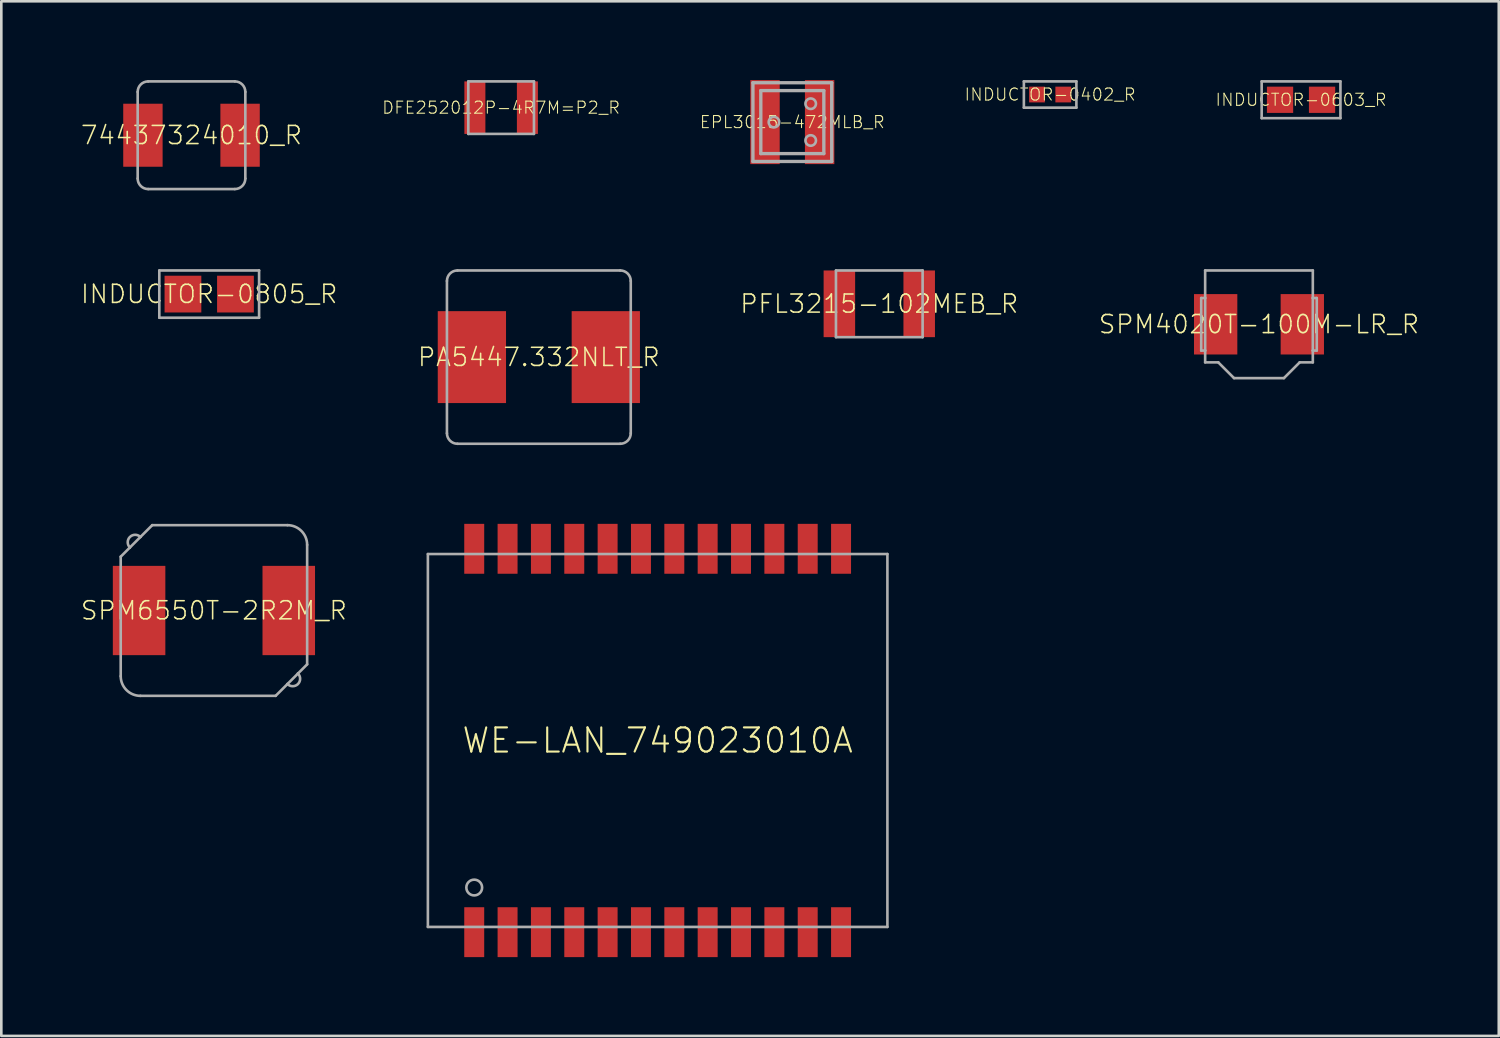
<source format=kicad_pcb>
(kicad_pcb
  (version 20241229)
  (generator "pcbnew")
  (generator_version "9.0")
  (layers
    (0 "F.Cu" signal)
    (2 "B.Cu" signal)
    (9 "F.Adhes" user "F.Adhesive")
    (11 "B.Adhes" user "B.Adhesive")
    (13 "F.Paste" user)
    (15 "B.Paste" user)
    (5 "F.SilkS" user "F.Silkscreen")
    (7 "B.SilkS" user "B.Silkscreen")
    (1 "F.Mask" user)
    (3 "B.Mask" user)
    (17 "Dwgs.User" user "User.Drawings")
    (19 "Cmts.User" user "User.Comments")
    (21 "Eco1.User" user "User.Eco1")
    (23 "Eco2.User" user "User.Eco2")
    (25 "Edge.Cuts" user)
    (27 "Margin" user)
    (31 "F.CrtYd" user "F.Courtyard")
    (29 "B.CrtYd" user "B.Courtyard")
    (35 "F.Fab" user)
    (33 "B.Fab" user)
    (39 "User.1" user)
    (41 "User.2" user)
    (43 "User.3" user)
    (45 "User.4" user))
  (footprint "EPL3015-472MLB_R"
    (layer "F.Cu")
    (at 27.124 1.6)
    (property "Reference" "EPL3015-472MLB_R" (at 0 0 0) (unlocked yes) (layer "F.SilkS") (effects (font (size 0.46 0.46) (thickness 0.04))))
    (fp_line (start -1.5 -1.5) (end -1.5 1.5) (stroke (width 0.127) (type solid)) (layer "F.Fab"))
    (fp_line (start -1.5 1.5) (end 1.5 1.5) (stroke (width 0.127) (type solid)) (layer "F.Fab"))
    (fp_line (start -1.2 -1.2) (end -1.2 1.2) (stroke (width 0.127) (type solid)) (layer "F.Fab"))
    (fp_line (start -1.2 1.2) (end 1.2 1.2) (stroke (width 0.127) (type solid)) (layer "F.Fab"))
    (fp_line (start 1.2 -1.2) (end -1.2 -1.2) (stroke (width 0.127) (type solid)) (layer "F.Fab"))
    (fp_line (start 1.2 1.2) (end 1.2 -1.2) (stroke (width 0.127) (type solid)) (layer "F.Fab"))
    (fp_line (start 1.5 -1.5) (end -1.5 -1.5) (stroke (width 0.127) (type solid)) (layer "F.Fab"))
    (fp_line (start 1.5 1.5) (end 1.5 -1.5) (stroke (width 0.127) (type solid)) (layer "F.Fab"))
    (fp_circle (center -0.7 0) (end -0.5 0) (stroke (width 0.1) (type solid)) (fill no) (layer "F.Fab"))
    (fp_circle (center 0.7 -0.7) (end 0.9 -0.7) (stroke (width 0.1) (type solid)) (fill no) (layer "F.Fab"))
    (fp_circle (center 0.7 0.7) (end 0.9 0.7) (stroke (width 0.1) (type solid)) (fill no) (layer "F.Fab"))
    (pad "1" smd rect (at -1.04 0 90) (size 3.2 1.12) (layers "F.Cu" "F.Mask" "F.Paste"))
    (pad "2" smd rect (at 1.04 0 90) (size 3.2 1.12) (layers "F.Cu" "F.Mask" "F.Paste")))
  (footprint "SPM4020T-100M-LR_R"
    (layer "F.Cu")
    (at 44.896 9.3)
    (property "Reference" "SPM4020T-100M-LR_R" (at 0 0 0) (unlocked yes) (layer "F.SilkS") (effects (font (size 0.69 0.69) (thickness 0.06))))
    (fp_poly (pts (xy -0.825 1.15) (xy -2.475 1.15) (xy -2.475 -1.15) (xy -0.825 -1.15)) (stroke (width 0) (type default)) (fill yes) (layer "F.Paste"))
    (fp_poly (pts (xy 2.475 1.155) (xy 0.825 1.155) (xy 0.825 -1.145) (xy 2.475 -1.145)) (stroke (width 0) (type default)) (fill yes) (layer "F.Paste"))
    (fp_line (start -2.2 -1) (end -2.2 1) (stroke (width 0.1) (type solid)) (layer "F.Fab"))
    (fp_line (start -2.2 1) (end -2.05 1) (stroke (width 0.1) (type solid)) (layer "F.Fab"))
    (fp_line (start -2.05 -2.05) (end -2.05 -1) (stroke (width 0.1) (type solid)) (layer "F.Fab"))
    (fp_line (start -2.05 -1) (end -2.2 -1) (stroke (width 0.1) (type solid)) (layer "F.Fab"))
    (fp_line (start -2.05 -1) (end -2.05 1) (stroke (width 0.1) (type solid)) (layer "F.Fab"))
    (fp_line (start -2.05 1) (end -2.05 1.45) (stroke (width 0.1) (type solid)) (layer "F.Fab"))
    (fp_line (start -2.05 1.45) (end -1.55 1.45) (stroke (width 0.1) (type solid)) (layer "F.Fab"))
    (fp_line (start -1.55 1.45) (end -0.95 2.05) (stroke (width 0.1) (type solid)) (layer "F.Fab"))
    (fp_line (start -0.95 2.05) (end 0.95 2.05) (stroke (width 0.1) (type solid)) (layer "F.Fab"))
    (fp_line (start 1.55 1.45) (end 0.95 2.05) (stroke (width 0.1) (type solid)) (layer "F.Fab"))
    (fp_line (start 1.55 1.45) (end 2.05 1.45) (stroke (width 0.1) (type solid)) (layer "F.Fab"))
    (fp_line (start 2.05 -2.05) (end -2.05 -2.05) (stroke (width 0.1) (type solid)) (layer "F.Fab"))
    (fp_line (start 2.05 -1) (end 2.05 -2.05) (stroke (width 0.1) (type solid)) (layer "F.Fab"))
    (fp_line (start 2.05 -1) (end 2.2 -1) (stroke (width 0.1) (type solid)) (layer "F.Fab"))
    (fp_line (start 2.05 1) (end 2.05 -1) (stroke (width 0.1) (type solid)) (layer "F.Fab"))
    (fp_line (start 2.05 1.45) (end 2.05 1) (stroke (width 0.1) (type solid)) (layer "F.Fab"))
    (fp_line (start 2.2 -1) (end 2.2 1) (stroke (width 0.1) (type solid)) (layer "F.Fab"))
    (fp_line (start 2.2 1) (end 2.05 1) (stroke (width 0.1) (type solid)) (layer "F.Fab"))
    (pad "1" smd rect (at -1.65 0) (size 1.65 2.3) (layers "F.Cu" "F.Mask"))
    (pad "2" smd rect (at 1.65 0) (size 1.65 2.3) (layers "F.Cu" "F.Mask")))
  (footprint "DFE252012P-4R7M=P2_R"
    (layer "F.Cu")
    (at 16.035 1.05)
    (property "Reference" "DFE252012P-4R7M=P2_R" (at 0 0 0) (unlocked yes) (layer "F.SilkS") (effects (font (size 0.46 0.46) (thickness 0.04))))
    (fp_poly (pts (xy -0.6 1) (xy -1.4 1) (xy -1.4 -1) (xy -0.6 -1)) (stroke (width 0) (type default)) (fill yes) (layer "F.Paste"))
    (fp_poly (pts (xy 1.4 1) (xy 0.6 1) (xy 0.6 -1) (xy 1.4 -1)) (stroke (width 0) (type default)) (fill yes) (layer "F.Paste"))
    (fp_line (start -1.25 -1) (end 1.25 -1) (stroke (width 0.1) (type solid)) (layer "F.Fab"))
    (fp_line (start -1.25 1) (end -1.25 -1) (stroke (width 0.1) (type solid)) (layer "F.Fab"))
    (fp_line (start 1.25 -1) (end 1.25 1) (stroke (width 0.1) (type solid)) (layer "F.Fab"))
    (fp_line (start 1.25 1) (end -1.25 1) (stroke (width 0.1) (type solid)) (layer "F.Fab"))
    (pad "1" smd rect (at -1 0) (size 0.8 2) (layers "F.Cu" "F.Mask"))
    (pad "2" smd rect (at 1 0) (size 0.8 2) (layers "F.Cu" "F.Mask")))
  (footprint "PFL3215-102MEB_R"
    (layer "F.Cu")
    (at 30.436 8.52)
    (property "Reference" "PFL3215-102MEB_R" (at 0 0 0) (unlocked yes) (layer "F.SilkS") (effects (font (size 0.69 0.69) (thickness 0.06))))
    (fp_line (start -1.65 -1.27) (end -1.65 1.27) (stroke (width 0.1) (type solid)) (layer "F.Fab"))
    (fp_line (start -1.65 1.27) (end 1.65 1.27) (stroke (width 0.1) (type solid)) (layer "F.Fab"))
    (fp_line (start 1.65 -1.27) (end -1.65 -1.27) (stroke (width 0.1) (type solid)) (layer "F.Fab"))
    (fp_line (start 1.65 1.27) (end 1.65 -1.27) (stroke (width 0.1) (type solid)) (layer "F.Fab"))
    (pad "1" smd rect (at -1.52 0) (size 1.2 2.54) (layers "F.Cu" "F.Mask" "F.Paste"))
    (pad "2" smd rect (at 1.52 0) (size 1.2 2.54) (layers "F.Cu" "F.Mask" "F.Paste")))
  (footprint "WE-LAN_749023010A"
    (layer "F.Cu")
    (at 21.995 25.15)
    (property "Reference" "WE-LAN_749023010A" (at 0 0 0) (unlocked yes) (layer "F.SilkS") (effects (font (size 0.92 0.92) (thickness 0.08))))
    (fp_line (start -8.75 -7.1) (end 8.75 -7.1) (stroke (width 0.1) (type solid)) (layer "F.Fab"))
    (fp_line (start -8.75 7.1) (end -8.75 -7.1) (stroke (width 0.1) (type solid)) (layer "F.Fab"))
    (fp_line (start 8.75 7.1) (end -8.75 7.1) (stroke (width 0.1) (type solid)) (layer "F.Fab"))
    (fp_line (start 8.75 7.1) (end 8.75 -7.1) (stroke (width 0.1) (type solid)) (layer "F.Fab"))
    (fp_circle (center -6.985 5.6) (end -6.685 5.6) (stroke (width 0.1) (type solid)) (fill no) (layer "F.Fab"))
    (pad "1" smd rect (at -6.985 7.3 90) (size 1.9 0.76) (layers "F.Cu" "F.Mask" "F.Paste"))
    (pad "2" smd rect (at -5.715 7.3 90) (size 1.9 0.76) (layers "F.Cu" "F.Mask" "F.Paste"))
    (pad "3" smd rect (at -4.445 7.3 90) (size 1.9 0.76) (layers "F.Cu" "F.Mask" "F.Paste"))
    (pad "4" smd rect (at -3.175 7.3 90) (size 1.9 0.76) (layers "F.Cu" "F.Mask" "F.Paste"))
    (pad "5" smd rect (at -1.905 7.3 90) (size 1.9 0.76) (layers "F.Cu" "F.Mask" "F.Paste"))
    (pad "6" smd rect (at -0.635 7.3 90) (size 1.9 0.76) (layers "F.Cu" "F.Mask" "F.Paste"))
    (pad "7" smd rect (at 0.635 7.3 90) (size 1.9 0.76) (layers "F.Cu" "F.Mask" "F.Paste"))
    (pad "8" smd rect (at 1.905 7.3 90) (size 1.9 0.76) (layers "F.Cu" "F.Mask" "F.Paste"))
    (pad "9" smd rect (at 3.175 7.3 90) (size 1.9 0.76) (layers "F.Cu" "F.Mask" "F.Paste"))
    (pad "10" smd rect (at 4.445 7.3 90) (size 1.9 0.76) (layers "F.Cu" "F.Mask" "F.Paste"))
    (pad "11" smd rect (at 5.715 7.3 90) (size 1.9 0.76) (layers "F.Cu" "F.Mask" "F.Paste"))
    (pad "12" smd rect (at 6.985 7.3 90) (size 1.9 0.76) (layers "F.Cu" "F.Mask" "F.Paste"))
    (pad "13" smd rect (at 6.985 -7.3 90) (size 1.9 0.76) (layers "F.Cu" "F.Mask" "F.Paste"))
    (pad "14" smd rect (at 5.715 -7.3 90) (size 1.9 0.76) (layers "F.Cu" "F.Mask" "F.Paste"))
    (pad "15" smd rect (at 4.445 -7.3 90) (size 1.9 0.76) (layers "F.Cu" "F.Mask" "F.Paste"))
    (pad "16" smd rect (at 3.175 -7.3 90) (size 1.9 0.76) (layers "F.Cu" "F.Mask" "F.Paste"))
    (pad "17" smd rect (at 1.905 -7.3 90) (size 1.9 0.76) (layers "F.Cu" "F.Mask" "F.Paste"))
    (pad "18" smd rect (at 0.635 -7.3 90) (size 1.9 0.76) (layers "F.Cu" "F.Mask" "F.Paste"))
    (pad "19" smd rect (at -0.635 -7.3 90) (size 1.9 0.76) (layers "F.Cu" "F.Mask" "F.Paste"))
    (pad "20" smd rect (at -1.905 -7.3 90) (size 1.9 0.76) (layers "F.Cu" "F.Mask" "F.Paste"))
    (pad "21" smd rect (at -3.175 -7.3 90) (size 1.9 0.76) (layers "F.Cu" "F.Mask" "F.Paste"))
    (pad "22" smd rect (at -4.445 -7.3 90) (size 1.9 0.76) (layers "F.Cu" "F.Mask" "F.Paste"))
    (pad "23" smd rect (at -5.715 -7.3 90) (size 1.9 0.76) (layers "F.Cu" "F.Mask" "F.Paste"))
    (pad "24" smd rect (at -6.985 -7.3 90) (size 1.9 0.76) (layers "F.Cu" "F.Mask" "F.Paste")))
  (footprint "SPM6550T-2R2M_R"
    (layer "F.Cu")
    (at 5.097 20.2)
    (property "Reference" "SPM6550T-2R2M_R" (at 0 0 0) (unlocked yes) (layer "F.SilkS") (effects (font (size 0.69 0.69) (thickness 0.06))))
    (fp_line (start -3.55 -2.05) (end -3.55 2.5) (stroke (width 0.1) (type solid)) (layer "F.Fab"))
    (fp_line (start -3.55 -2.05) (end -3.2 -2.4) (stroke (width 0.1) (type solid)) (layer "F.Fab"))
    (fp_line (start -3.2 -2.4) (end -2.8 -2.8) (stroke (width 0.1) (type solid)) (layer "F.Fab"))
    (fp_line (start -2.8 -2.8) (end -2.35 -3.25) (stroke (width 0.1) (type solid)) (layer "F.Fab"))
    (fp_line (start -2.8 3.25) (end 2.35 3.25) (stroke (width 0.1) (type solid)) (layer "F.Fab"))
    (fp_line (start 2.35 3.25) (end 2.8 2.8) (stroke (width 0.1) (type solid)) (layer "F.Fab"))
    (fp_line (start 2.8 -3.25) (end -2.35 -3.25) (stroke (width 0.1) (type solid)) (layer "F.Fab"))
    (fp_line (start 2.8 2.8) (end 3.2 2.4) (stroke (width 0.1) (type solid)) (layer "F.Fab"))
    (fp_line (start 3.2 2.4) (end 3.55 2.05) (stroke (width 0.1) (type solid)) (layer "F.Fab"))
    (fp_line (start 3.55 2.05) (end 3.55 -2.5) (stroke (width 0.1) (type solid)) (layer "F.Fab"))
    (fp_arc (start -3.2 -2.4) (mid -3.2 -2.8) (end -2.8 -2.8) (stroke (width 0.1) (type solid)) (layer "F.Fab"))
    (fp_arc (start -2.8 3.25) (mid -3.33033 3.03033) (end -3.55 2.5) (stroke (width 0.1) (type solid)) (layer "F.Fab"))
    (fp_arc (start 2.8 -3.25) (mid 3.33033 -3.03033) (end 3.55 -2.5) (stroke (width 0.1) (type solid)) (layer "F.Fab"))
    (fp_arc (start 3.2 2.4) (mid 3.2 2.8) (end 2.8 2.8) (stroke (width 0.1) (type solid)) (layer "F.Fab"))
    (pad "1" smd rect (at -2.85 0) (size 2 3.4) (layers "F.Cu" "F.Mask" "F.Paste"))
    (pad "2" smd rect (at 2.85 0) (size 2 3.4) (layers "F.Cu" "F.Mask" "F.Paste")))
  (footprint "INDUCTOR-0603_R"
    (layer "F.Cu")
    (at 46.498 0.75)
    (property "Reference" "INDUCTOR-0603_R" (at 0 0 0) (unlocked yes) (layer "F.SilkS") (effects (font (size 0.46 0.46) (thickness 0.04))))
    (fp_line (start -1.5 -0.7) (end 1.5 -0.7) (stroke (width 0.1) (type solid)) (layer "F.Fab"))
    (fp_line (start -1.5 0.7) (end -1.5 -0.7) (stroke (width 0.1) (type solid)) (layer "F.Fab"))
    (fp_line (start 1.5 -0.7) (end 1.5 0.7) (stroke (width 0.1) (type solid)) (layer "F.Fab"))
    (fp_line (start 1.5 0.7) (end -1.5 0.7) (stroke (width 0.1) (type solid)) (layer "F.Fab"))
    (pad "1" smd rect (at -0.8 0) (size 1 1) (layers "F.Cu" "F.Mask" "F.Paste"))
    (pad "2" smd rect (at 0.8 0) (size 1 1) (layers "F.Cu" "F.Mask" "F.Paste")))
  (footprint "74437324010_R"
    (layer "F.Cu")
    (at 4.243 2.1)
    (property "Reference" "74437324010_R" (at 0 0 0) (unlocked yes) (layer "F.SilkS") (effects (font (size 0.69 0.69) (thickness 0.06))))
    (fp_line (start -2.05 -1.65) (end -2.05 1.65) (stroke (width 0.1) (type solid)) (layer "F.Fab"))
    (fp_line (start -1.65 2.05) (end 1.65 2.05) (stroke (width 0.1) (type solid)) (layer "F.Fab"))
    (fp_line (start 1.65 -2.05) (end -1.65 -2.05) (stroke (width 0.1) (type solid)) (layer "F.Fab"))
    (fp_line (start 2.05 1.65) (end 2.05 -1.65) (stroke (width 0.1) (type solid)) (layer "F.Fab"))
    (fp_arc (start -2.05 -1.65) (mid -1.932843 -1.932843) (end -1.65 -2.05) (stroke (width 0.1) (type solid)) (layer "F.Fab"))
    (fp_arc (start -1.65 2.05) (mid -1.932843 1.932843) (end -2.05 1.65) (stroke (width 0.1) (type solid)) (layer "F.Fab"))
    (fp_arc (start 1.65 -2.05) (mid 1.932843 -1.932843) (end 2.05 -1.65) (stroke (width 0.1) (type solid)) (layer "F.Fab"))
    (fp_arc (start 2.05 1.65) (mid 1.932843 1.932843) (end 1.65 2.05) (stroke (width 0.1) (type solid)) (layer "F.Fab"))
    (pad "1" smd rect (at -1.85 0) (size 1.5 2.4) (layers "F.Cu" "F.Mask" "F.Paste"))
    (pad "2" smd rect (at 1.85 0) (size 1.5 2.4) (layers "F.Cu" "F.Mask" "F.Paste")))
  (footprint "PA5447.332NLT_R"
    (layer "F.Cu")
    (at 17.471 10.55)
    (property "Reference" "PA5447.332NLT_R" (at 0 0 0) (unlocked yes) (layer "F.SilkS") (effects (font (size 0.69 0.69) (thickness 0.06))))
    (fp_poly (pts (xy -1.25 1.75) (xy -3.85 1.75) (xy -3.85 -1.75) (xy -1.25 -1.75)) (stroke (width 0) (type default)) (fill yes) (layer "F.Paste"))
    (fp_poly (pts (xy 3.85 1.75) (xy 1.25 1.75) (xy 1.25 -1.75) (xy 3.85 -1.75)) (stroke (width 0) (type default)) (fill yes) (layer "F.Paste"))
    (fp_line (start -3.5 -2.9) (end -3.5 2.9) (stroke (width 0.1) (type solid)) (layer "F.Fab"))
    (fp_line (start -3.1 3.3) (end 3.1 3.3) (stroke (width 0.1) (type solid)) (layer "F.Fab"))
    (fp_line (start 3.1 -3.3) (end -3.1 -3.3) (stroke (width 0.1) (type solid)) (layer "F.Fab"))
    (fp_line (start 3.5 2.9) (end 3.5 -2.9) (stroke (width 0.1) (type solid)) (layer "F.Fab"))
    (fp_arc (start -3.5 -2.9) (mid -3.382843 -3.182843) (end -3.1 -3.3) (stroke (width 0.1) (type solid)) (layer "F.Fab"))
    (fp_arc (start -3.1 3.3) (mid -3.382843 3.182843) (end -3.5 2.9) (stroke (width 0.1) (type solid)) (layer "F.Fab"))
    (fp_arc (start 3.1 -3.3) (mid 3.382843 -3.182843) (end 3.5 -2.9) (stroke (width 0.1) (type solid)) (layer "F.Fab"))
    (fp_arc (start 3.5 2.9) (mid 3.382843 3.182843) (end 3.1 3.3) (stroke (width 0.1) (type solid)) (layer "F.Fab"))
    (pad "1" smd rect (at -2.55 0) (size 2.6 3.5) (layers "F.Cu" "F.Mask"))
    (pad "2" smd rect (at 2.55 0) (size 2.6 3.5) (layers "F.Cu" "F.Mask")))
  (footprint "INDUCTOR-0402_R"
    (layer "F.Cu")
    (at 36.942 0.55)
    (property "Reference" "INDUCTOR-0402_R" (at 0 0 0) (unlocked yes) (layer "F.SilkS") (effects (font (size 0.46 0.46) (thickness 0.04))))
    (fp_poly (pts (xy -0.2 0.3) (xy -0.8 0.3) (xy -0.8 -0.3) (xy -0.2 -0.3)) (stroke (width 0) (type default)) (fill yes) (layer "F.Paste"))
    (fp_poly (pts (xy 0.8 0.3) (xy 0.2 0.3) (xy 0.2 -0.3) (xy 0.8 -0.3)) (stroke (width 0) (type default)) (fill yes) (layer "F.Paste"))
    (fp_line (start -1 -0.5) (end 1 -0.5) (stroke (width 0.1) (type solid)) (layer "F.Fab"))
    (fp_line (start -1 0.5) (end -1 -0.5) (stroke (width 0.1) (type solid)) (layer "F.Fab"))
    (fp_line (start 1 -0.5) (end 1 0.5) (stroke (width 0.1) (type solid)) (layer "F.Fab"))
    (fp_line (start 1 0.5) (end -1 0.5) (stroke (width 0.1) (type solid)) (layer "F.Fab"))
    (pad "1" smd rect (at -0.5 0) (size 0.6 0.6) (layers "F.Cu" "F.Mask"))
    (pad "2" smd rect (at 0.5 0) (size 0.6 0.6) (layers "F.Cu" "F.Mask")))
  (footprint "INDUCTOR-0805_R"
    (layer "F.Cu")
    (at 4.917 8.15)
    (property "Reference" "INDUCTOR-0805_R" (at 0 0 0) (unlocked yes) (layer "F.SilkS") (effects (font (size 0.69 0.69) (thickness 0.06))))
    (fp_line (start -1.9 -0.9) (end 1.9 -0.9) (stroke (width 0.1) (type solid)) (layer "F.Fab"))
    (fp_line (start -1.9 0.9) (end -1.9 -0.9) (stroke (width 0.1) (type solid)) (layer "F.Fab"))
    (fp_line (start 1.9 -0.9) (end 1.9 0.9) (stroke (width 0.1) (type solid)) (layer "F.Fab"))
    (fp_line (start 1.9 0.9) (end -1.9 0.9) (stroke (width 0.1) (type solid)) (layer "F.Fab"))
    (pad "1" smd rect (at -1 0) (size 1.4 1.4) (layers "F.Cu" "F.Mask" "F.Paste"))
    (pad "2" smd rect (at 1 0) (size 1.4 1.4) (layers "F.Cu" "F.Mask" "F.Paste")))
  (gr_rect
    (start -3 -3)
    (end 54.028 36.4)
    (stroke (width 0.1) (type default))
    (fill no)
    (layer "Edge.Cuts")))
</source>
